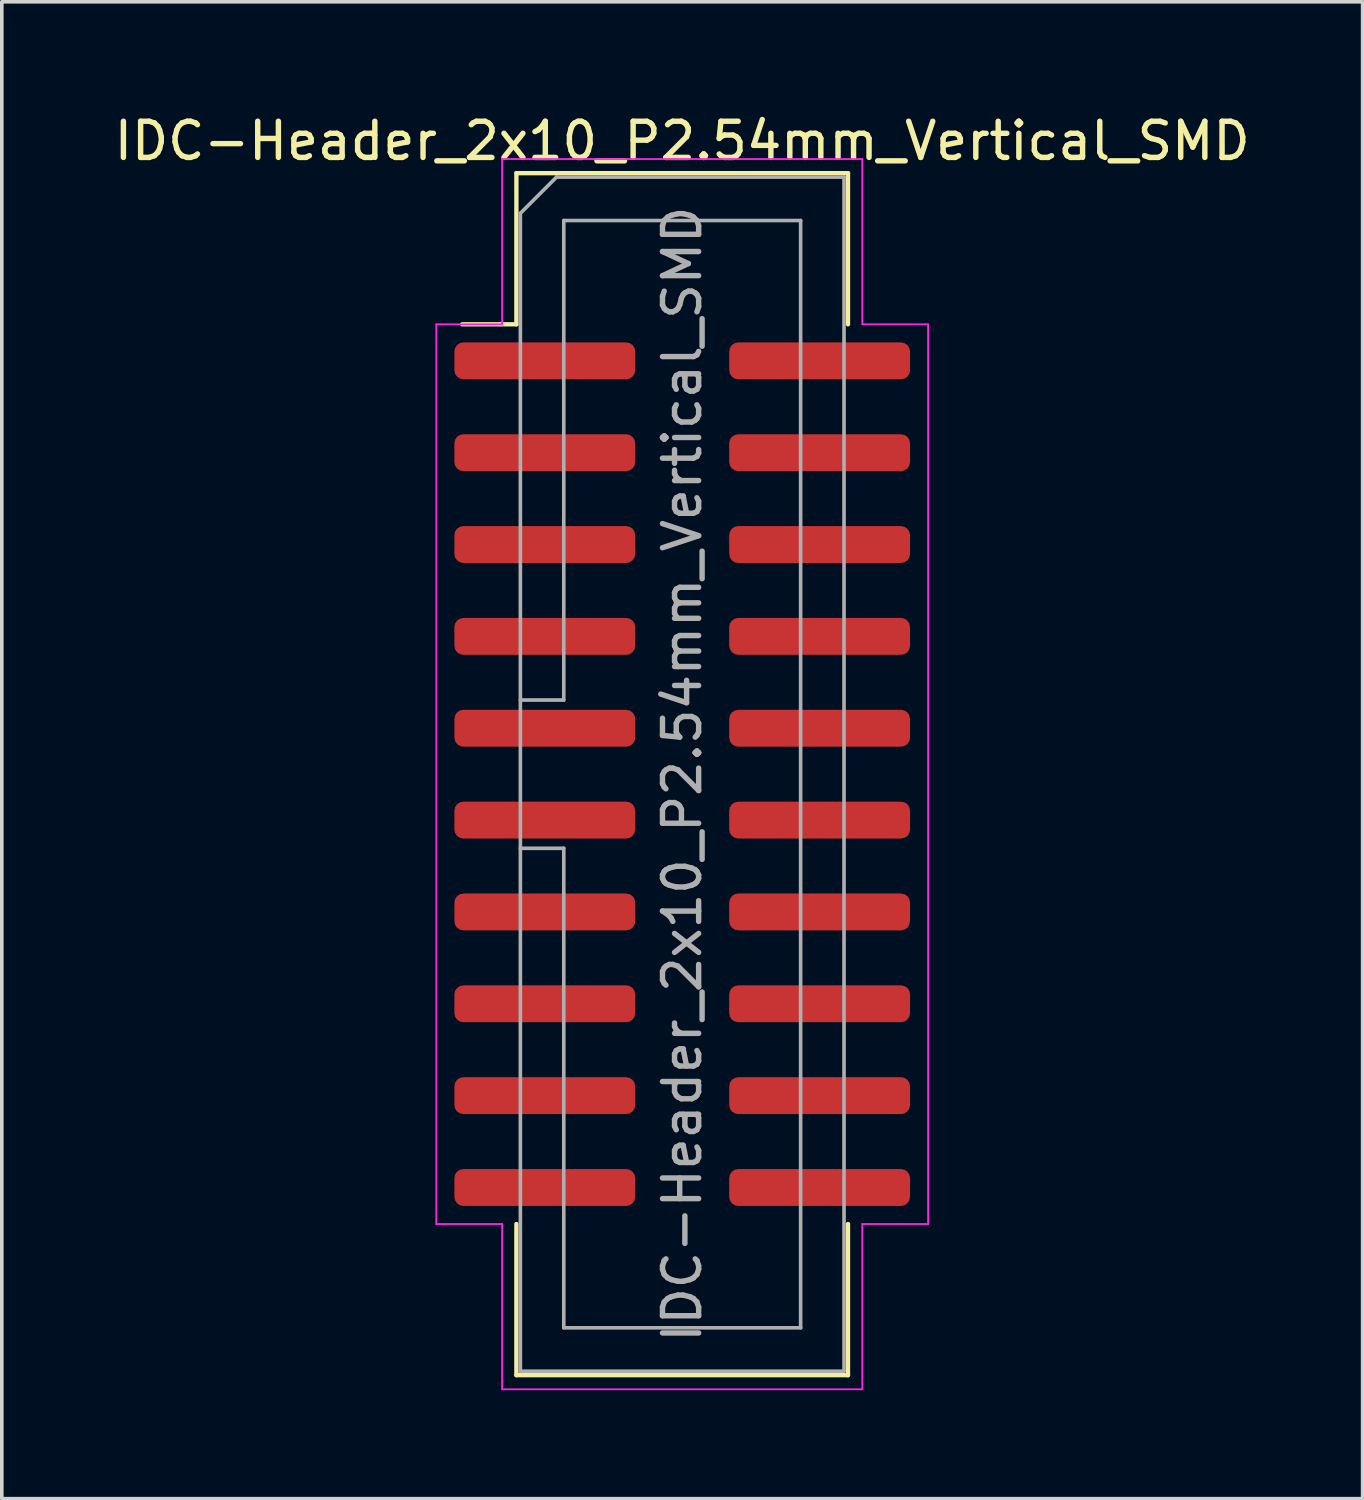
<source format=kicad_pcb>
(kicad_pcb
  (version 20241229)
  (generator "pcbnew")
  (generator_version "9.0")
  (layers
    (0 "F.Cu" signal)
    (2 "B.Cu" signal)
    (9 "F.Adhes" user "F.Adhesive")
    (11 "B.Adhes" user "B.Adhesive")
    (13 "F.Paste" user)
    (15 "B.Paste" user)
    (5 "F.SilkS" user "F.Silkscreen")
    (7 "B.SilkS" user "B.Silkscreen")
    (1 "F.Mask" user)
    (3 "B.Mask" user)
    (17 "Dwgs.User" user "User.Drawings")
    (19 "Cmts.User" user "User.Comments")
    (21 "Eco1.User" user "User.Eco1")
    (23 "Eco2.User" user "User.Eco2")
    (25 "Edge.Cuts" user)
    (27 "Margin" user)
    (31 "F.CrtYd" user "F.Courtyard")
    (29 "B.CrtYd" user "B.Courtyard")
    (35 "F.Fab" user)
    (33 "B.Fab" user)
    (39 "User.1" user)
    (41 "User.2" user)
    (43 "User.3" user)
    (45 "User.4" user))
  (footprint "IDC-Header_2x10_P2.54mm_Vertical_SMD"
    (layer "F.Cu")
    (at 15.815 18.358)
    (property "Reference" "IDC-Header_2x10_P2.54mm_Vertical_SMD" (at 0 -17.51 0) (layer "F.SilkS") (effects (font (size 1 1) (thickness 0.15))))
    (attr smd)
    (fp_line (start -4.585 -16.62) (end 4.585 -16.62) (stroke (width 0.12) (type solid)) (layer "F.SilkS"))
    (fp_line (start -4.585 -12.44) (end -6.085 -12.44) (stroke (width 0.12) (type solid)) (layer "F.SilkS"))
    (fp_line (start -4.585 -12.44) (end -4.585 -16.62) (stroke (width 0.12) (type solid)) (layer "F.SilkS"))
    (fp_line (start -4.585 12.44) (end -4.585 16.62) (stroke (width 0.12) (type solid)) (layer "F.SilkS"))
    (fp_line (start -4.585 16.62) (end 4.585 16.62) (stroke (width 0.12) (type solid)) (layer "F.SilkS"))
    (fp_line (start 4.585 -16.62) (end 4.585 -12.44) (stroke (width 0.12) (type solid)) (layer "F.SilkS"))
    (fp_line (start 4.585 16.62) (end 4.585 12.44) (stroke (width 0.12) (type solid)) (layer "F.SilkS"))
    (fp_line (start -6.8 -12.44) (end -6.8 12.44) (stroke (width 0.05) (type solid)) (layer "F.CrtYd"))
    (fp_line (start -6.8 12.44) (end -4.98 12.44) (stroke (width 0.05) (type solid)) (layer "F.CrtYd"))
    (fp_line (start -4.98 -17.01) (end -4.98 -12.44) (stroke (width 0.05) (type solid)) (layer "F.CrtYd"))
    (fp_line (start -4.98 -12.44) (end -6.8 -12.44) (stroke (width 0.05) (type solid)) (layer "F.CrtYd"))
    (fp_line (start -4.98 12.44) (end -4.98 17.01) (stroke (width 0.05) (type solid)) (layer "F.CrtYd"))
    (fp_line (start -4.98 17.01) (end 4.98 17.01) (stroke (width 0.05) (type solid)) (layer "F.CrtYd"))
    (fp_line (start 4.98 -17.01) (end -4.98 -17.01) (stroke (width 0.05) (type solid)) (layer "F.CrtYd"))
    (fp_line (start 4.98 -12.44) (end 4.98 -17.01) (stroke (width 0.05) (type solid)) (layer "F.CrtYd"))
    (fp_line (start 4.98 12.44) (end 6.8 12.44) (stroke (width 0.05) (type solid)) (layer "F.CrtYd"))
    (fp_line (start 4.98 17.01) (end 4.98 12.44) (stroke (width 0.05) (type solid)) (layer "F.CrtYd"))
    (fp_line (start 6.8 -12.44) (end 4.98 -12.44) (stroke (width 0.05) (type solid)) (layer "F.CrtYd"))
    (fp_line (start 6.8 12.44) (end 6.8 -12.44) (stroke (width 0.05) (type solid)) (layer "F.CrtYd"))
    (fp_line (start -4.475 -15.51) (end -3.475 -16.51) (stroke (width 0.1) (type solid)) (layer "F.Fab"))
    (fp_line (start -4.475 -2.05) (end -3.275 -2.05) (stroke (width 0.1) (type solid)) (layer "F.Fab"))
    (fp_line (start -4.475 16.51) (end -4.475 -15.51) (stroke (width 0.1) (type solid)) (layer "F.Fab"))
    (fp_line (start -3.475 -16.51) (end 4.475 -16.51) (stroke (width 0.1) (type solid)) (layer "F.Fab"))
    (fp_line (start -3.275 -15.31) (end 3.275 -15.31) (stroke (width 0.1) (type solid)) (layer "F.Fab"))
    (fp_line (start -3.275 -2.05) (end -3.275 -15.31) (stroke (width 0.1) (type solid)) (layer "F.Fab"))
    (fp_line (start -3.275 2.05) (end -4.475 2.05) (stroke (width 0.1) (type solid)) (layer "F.Fab"))
    (fp_line (start -3.275 15.31) (end -3.275 2.05) (stroke (width 0.1) (type solid)) (layer "F.Fab"))
    (fp_line (start 3.275 -15.31) (end 3.275 15.31) (stroke (width 0.1) (type solid)) (layer "F.Fab"))
    (fp_line (start 3.275 15.31) (end -3.275 15.31) (stroke (width 0.1) (type solid)) (layer "F.Fab"))
    (fp_line (start 4.475 -16.51) (end 4.475 16.51) (stroke (width 0.1) (type solid)) (layer "F.Fab"))
    (fp_line (start 4.475 16.51) (end -4.475 16.51) (stroke (width 0.1) (type solid)) (layer "F.Fab"))
    (fp_text user "${REFERENCE}" (at 0 0 90) (layer "F.Fab") (effects (font (size 1 1) (thickness 0.15))))
    (pad "1" smd roundrect (at -3.8 -11.43) (size 5 1.02) (layers "F.Cu" "F.Mask" "F.Paste") (roundrect_rratio 0.245))
    (pad "2" smd roundrect (at 3.8 -11.43) (size 5 1.02) (layers "F.Cu" "F.Mask" "F.Paste") (roundrect_rratio 0.245))
    (pad "3" smd roundrect (at -3.8 -8.89) (size 5 1.02) (layers "F.Cu" "F.Mask" "F.Paste") (roundrect_rratio 0.245))
    (pad "4" smd roundrect (at 3.8 -8.89) (size 5 1.02) (layers "F.Cu" "F.Mask" "F.Paste") (roundrect_rratio 0.245))
    (pad "5" smd roundrect (at -3.8 -6.35) (size 5 1.02) (layers "F.Cu" "F.Mask" "F.Paste") (roundrect_rratio 0.245))
    (pad "6" smd roundrect (at 3.8 -6.35) (size 5 1.02) (layers "F.Cu" "F.Mask" "F.Paste") (roundrect_rratio 0.245))
    (pad "7" smd roundrect (at -3.8 -3.81) (size 5 1.02) (layers "F.Cu" "F.Mask" "F.Paste") (roundrect_rratio 0.245))
    (pad "8" smd roundrect (at 3.8 -3.81) (size 5 1.02) (layers "F.Cu" "F.Mask" "F.Paste") (roundrect_rratio 0.245))
    (pad "9" smd roundrect (at -3.8 -1.27) (size 5 1.02) (layers "F.Cu" "F.Mask" "F.Paste") (roundrect_rratio 0.245))
    (pad "10" smd roundrect (at 3.8 -1.27) (size 5 1.02) (layers "F.Cu" "F.Mask" "F.Paste") (roundrect_rratio 0.245))
    (pad "11" smd roundrect (at -3.8 1.27) (size 5 1.02) (layers "F.Cu" "F.Mask" "F.Paste") (roundrect_rratio 0.245))
    (pad "12" smd roundrect (at 3.8 1.27) (size 5 1.02) (layers "F.Cu" "F.Mask" "F.Paste") (roundrect_rratio 0.245))
    (pad "13" smd roundrect (at -3.8 3.81) (size 5 1.02) (layers "F.Cu" "F.Mask" "F.Paste") (roundrect_rratio 0.245))
    (pad "14" smd roundrect (at 3.8 3.81) (size 5 1.02) (layers "F.Cu" "F.Mask" "F.Paste") (roundrect_rratio 0.245))
    (pad "15" smd roundrect (at -3.8 6.35) (size 5 1.02) (layers "F.Cu" "F.Mask" "F.Paste") (roundrect_rratio 0.245))
    (pad "16" smd roundrect (at 3.8 6.35) (size 5 1.02) (layers "F.Cu" "F.Mask" "F.Paste") (roundrect_rratio 0.245))
    (pad "17" smd roundrect (at -3.8 8.89) (size 5 1.02) (layers "F.Cu" "F.Mask" "F.Paste") (roundrect_rratio 0.245))
    (pad "18" smd roundrect (at 3.8 8.89) (size 5 1.02) (layers "F.Cu" "F.Mask" "F.Paste") (roundrect_rratio 0.245))
    (pad "19" smd roundrect (at -3.8 11.43) (size 5 1.02) (layers "F.Cu" "F.Mask" "F.Paste") (roundrect_rratio 0.245))
    (pad "20" smd roundrect (at 3.8 11.43) (size 5 1.02) (layers "F.Cu" "F.Mask" "F.Paste") (roundrect_rratio 0.245)))
  (gr_rect
    (start -3 -3)
    (end 34.631 38.393)
    (stroke (width 0.1) (type default))
    (fill no)
    (layer "Edge.Cuts")))
</source>
